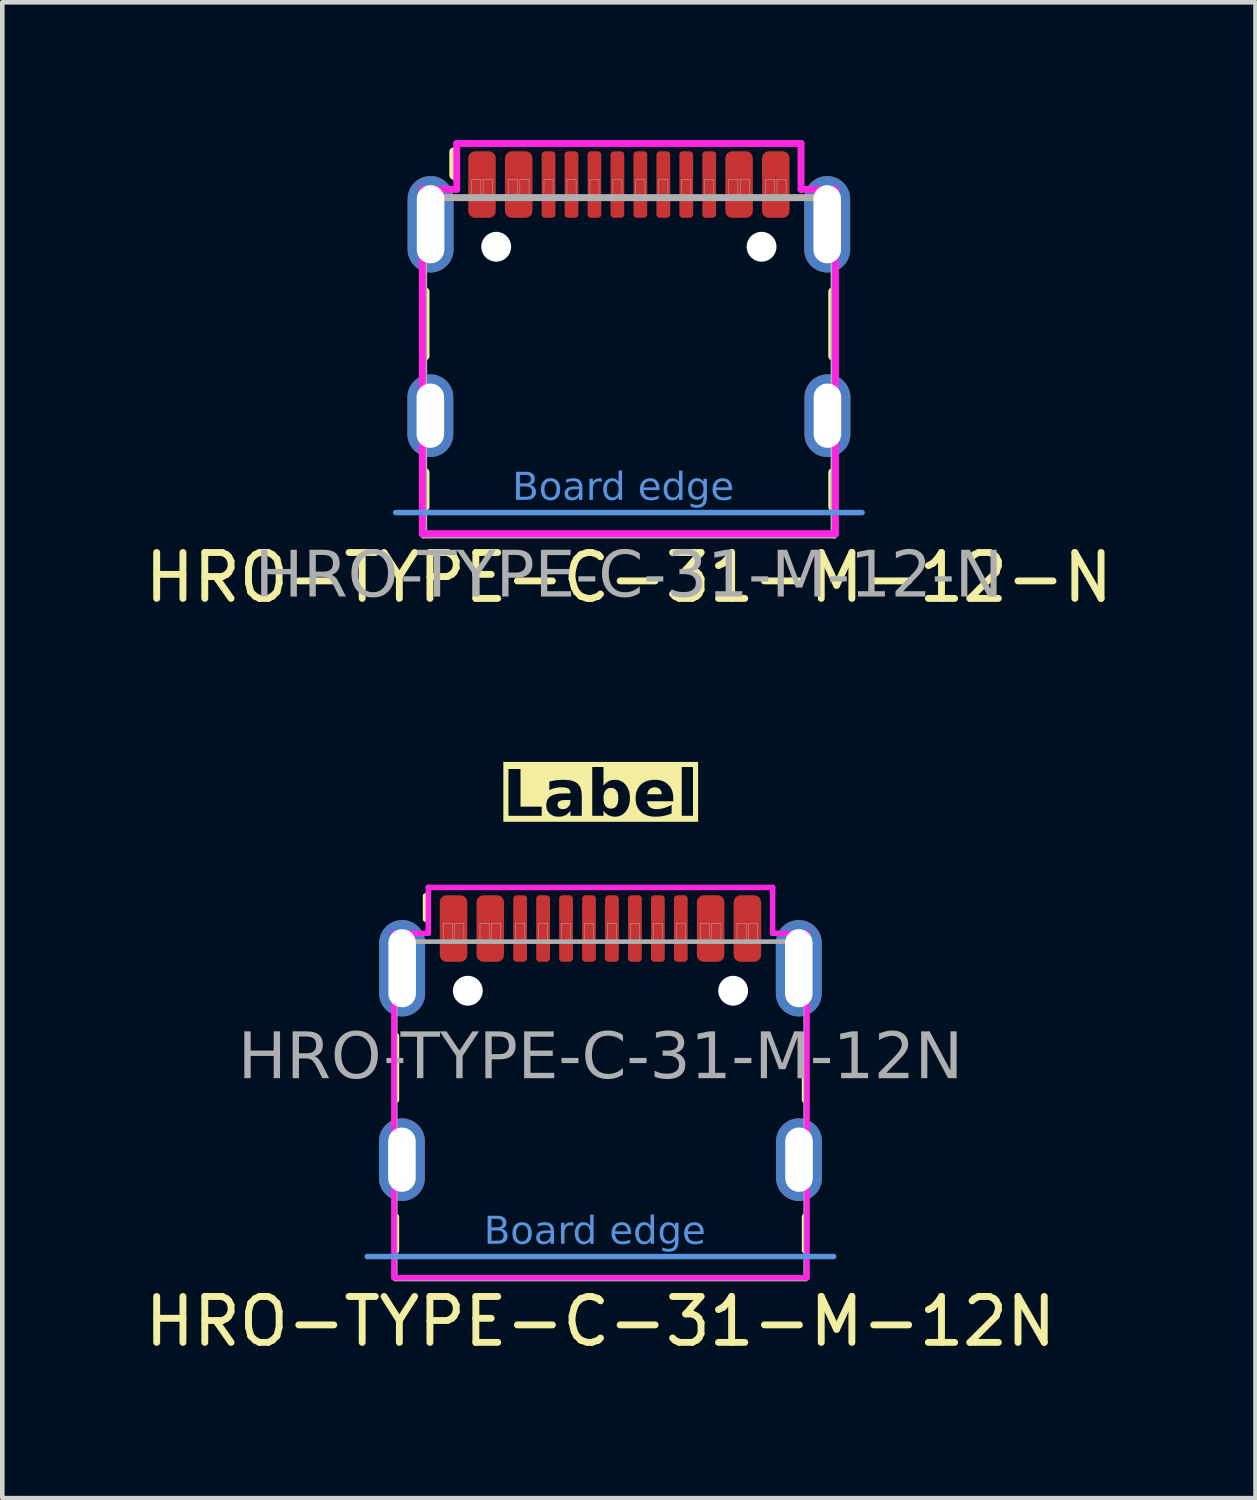
<source format=kicad_pcb>
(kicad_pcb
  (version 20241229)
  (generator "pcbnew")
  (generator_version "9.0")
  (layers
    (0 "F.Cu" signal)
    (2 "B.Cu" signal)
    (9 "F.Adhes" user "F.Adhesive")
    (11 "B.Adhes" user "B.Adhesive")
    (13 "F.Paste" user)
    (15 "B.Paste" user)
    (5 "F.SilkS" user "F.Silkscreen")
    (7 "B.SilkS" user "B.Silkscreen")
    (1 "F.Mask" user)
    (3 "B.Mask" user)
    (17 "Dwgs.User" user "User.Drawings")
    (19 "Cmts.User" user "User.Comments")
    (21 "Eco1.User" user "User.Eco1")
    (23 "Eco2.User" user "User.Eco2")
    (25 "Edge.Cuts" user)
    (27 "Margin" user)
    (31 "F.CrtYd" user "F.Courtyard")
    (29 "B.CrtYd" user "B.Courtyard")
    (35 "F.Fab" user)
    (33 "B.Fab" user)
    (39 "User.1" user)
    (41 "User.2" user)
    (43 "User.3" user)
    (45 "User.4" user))
  (footprint "HRO-TYPE-C-31-M-12N"
    (layer "F.Cu")
    (at 10.03 17.481)
    (property "Reference" "HRO-TYPE-C-31-M-12N" (at 0 8.255 0) (layer "F.SilkS") (effects (font (size 1 1) (thickness 0.15))))
    (property "Label" "Label" (at 0 -3.175 0) (layer "F.SilkS" knockout) (effects (font (face "Tahoma") (size 1 1) (thickness 0.2) (bold yes))))
    (attr smd)
    (fp_line (start -4.445 2.032) (end -4.445 3.429) (stroke (width 0.12) (type default)) (layer "F.SilkS"))
    (fp_line (start -4.445 6.711) (end -4.445 5.969) (stroke (width 0.12) (type default)) (layer "F.SilkS"))
    (fp_line (start -3.81 -0.508) (end -3.81 -1.016) (stroke (width 0.12) (type default)) (layer "F.SilkS"))
    (fp_line (start 4.445 2.032) (end 4.445 3.429) (stroke (width 0.12) (type default)) (layer "F.SilkS"))
    (fp_line (start 4.445 6.711) (end 4.445 5.969) (stroke (width 0.12) (type default)) (layer "F.SilkS"))
    (fp_line (start -5.08 6.84) (end 5.08 6.84) (stroke (width 0.12) (type default)) (layer "Cmts.User"))
    (fp_line (start -4.5 -0.2) (end -3.75 -0.2) (stroke (width 0.12) (type solid)) (layer "F.CrtYd"))
    (fp_line (start -4.5 7.3) (end -4.5 -0.2) (stroke (width 0.12) (type solid)) (layer "F.CrtYd"))
    (fp_line (start -3.75 -1.2) (end 3.75 -1.2) (stroke (width 0.12) (type solid)) (layer "F.CrtYd"))
    (fp_line (start -3.75 -0.2) (end -3.75 -1.2) (stroke (width 0.12) (type solid)) (layer "F.CrtYd"))
    (fp_line (start 3.75 -1.2) (end 3.75 -0.2) (stroke (width 0.12) (type solid)) (layer "F.CrtYd"))
    (fp_line (start 3.75 -0.2) (end 4.5 -0.2) (stroke (width 0.12) (type solid)) (layer "F.CrtYd"))
    (fp_line (start 4.5 -0.2) (end 4.5 7.3) (stroke (width 0.12) (type solid)) (layer "F.CrtYd"))
    (fp_line (start 4.5 7.3) (end -4.5 7.3) (stroke (width 0.12) (type solid)) (layer "F.CrtYd"))
    (fp_line (start -4.47 -0.02) (end 4.47 -0.02) (stroke (width 0.1) (type solid)) (layer "F.Fab"))
    (fp_line (start -4.47 7.33) (end -4.47 -0.02) (stroke (width 0.1) (type solid)) (layer "F.Fab"))
    (fp_line (start -4.47 7.33) (end 4.47 7.33) (stroke (width 0.1) (type solid)) (layer "F.Fab"))
    (fp_line (start 4.47 7.33) (end 4.47 -0.02) (stroke (width 0.1) (type solid)) (layer "F.Fab"))
    (fp_rect (start -3.425 -0.42) (end -3.225 -0.02) (stroke (width 0.01) (type default)) (fill no) (layer "F.Fab"))
    (fp_rect (start -3.175 -0.42) (end -2.975 -0.02) (stroke (width 0.01) (type default)) (fill no) (layer "F.Fab"))
    (fp_rect (start -2.625 -0.42) (end -2.425 -0.02) (stroke (width 0.01) (type default)) (fill no) (layer "F.Fab"))
    (fp_rect (start -2.375 -0.42) (end -2.175 -0.02) (stroke (width 0.01) (type default)) (fill no) (layer "F.Fab"))
    (fp_rect (start -1.85 -0.42) (end -1.65 -0.02) (stroke (width 0.01) (type default)) (fill no) (layer "F.Fab"))
    (fp_rect (start -1.35 -0.42) (end -1.15 -0.02) (stroke (width 0.01) (type default)) (fill no) (layer "F.Fab"))
    (fp_rect (start -0.85 -0.42) (end -0.65 -0.02) (stroke (width 0.01) (type default)) (fill no) (layer "F.Fab"))
    (fp_rect (start -0.35 -0.42) (end -0.15 -0.02) (stroke (width 0.01) (type default)) (fill no) (layer "F.Fab"))
    (fp_rect (start 0.15 -0.42) (end 0.35 -0.02) (stroke (width 0.01) (type default)) (fill no) (layer "F.Fab"))
    (fp_rect (start 0.65 -0.42) (end 0.85 -0.02) (stroke (width 0.01) (type default)) (fill no) (layer "F.Fab"))
    (fp_rect (start 1.15 -0.42) (end 1.35 -0.02) (stroke (width 0.01) (type default)) (fill no) (layer "F.Fab"))
    (fp_rect (start 1.65 -0.42) (end 1.85 -0.02) (stroke (width 0.01) (type default)) (fill no) (layer "F.Fab"))
    (fp_rect (start 2.175 -0.42) (end 2.375 -0.02) (stroke (width 0.01) (type default)) (fill no) (layer "F.Fab"))
    (fp_rect (start 2.425 -0.42) (end 2.625 -0.02) (stroke (width 0.01) (type default)) (fill no) (layer "F.Fab"))
    (fp_rect (start 2.975 -0.42) (end 3.175 -0.02) (stroke (width 0.01) (type default)) (fill no) (layer "F.Fab"))
    (fp_rect (start 3.225 -0.42) (end 3.425 -0.02) (stroke (width 0.01) (type default)) (fill no) (layer "F.Fab"))
    (fp_text user "Board edge" (at -2.54 6.665 0) (unlocked yes) (layer "Cmts.User") (effects (font (face "Tahoma") (size 0.6 0.6) (thickness 0.15)) (justify left bottom)))
    (fp_text user "${REFERENCE}" (at 0 2.54 0) (layer "F.Fab") (effects (font (face "Tahoma") (size 1 1) (thickness 0.15))))
    (pad "" np_thru_hole circle (at -2.89 1.05) (size 0.65 0.65) (drill 0.65) (layers "*.Cu" "*.Mask"))
    (pad "" np_thru_hole circle (at 2.89 1.05) (size 0.65 0.65) (drill 0.65) (layers "*.Cu" "*.Mask"))
    (pad "A1B12" smd roundrect (at -3.2 -0.305) (size 0.6 1.45) (layers "F.Cu" "F.Mask" "F.Paste") (roundrect_rratio 0.25))
    (pad "A4B9" smd roundrect (at -2.4 -0.305) (size 0.6 1.45) (layers "F.Cu" "F.Mask" "F.Paste") (roundrect_rratio 0.25))
    (pad "A5" smd roundrect (at -1.25 -0.305) (size 0.3 1.45) (layers "F.Cu" "F.Mask" "F.Paste") (roundrect_rratio 0.25))
    (pad "A6" smd roundrect (at -0.25 -0.305) (size 0.3 1.45) (layers "F.Cu" "F.Mask" "F.Paste") (roundrect_rratio 0.25))
    (pad "A7" smd roundrect (at 0.25 -0.305) (size 0.3 1.45) (layers "F.Cu" "F.Mask" "F.Paste") (roundrect_rratio 0.25))
    (pad "A8" smd roundrect (at 1.25 -0.305) (size 0.3 1.45) (layers "F.Cu" "F.Mask" "F.Paste") (roundrect_rratio 0.25))
    (pad "B1A12" smd roundrect (at 3.2 -0.305) (size 0.6 1.45) (layers "F.Cu" "F.Mask" "F.Paste") (roundrect_rratio 0.25))
    (pad "B4A9" smd roundrect (at 2.4 -0.305) (size 0.6 1.45) (layers "F.Cu" "F.Mask" "F.Paste") (roundrect_rratio 0.25))
    (pad "B5" smd roundrect (at 1.75 -0.305) (size 0.3 1.45) (layers "F.Cu" "F.Mask" "F.Paste") (roundrect_rratio 0.25))
    (pad "B6" smd roundrect (at 0.75 -0.305) (size 0.3 1.45) (layers "F.Cu" "F.Mask" "F.Paste") (roundrect_rratio 0.25))
    (pad "B7" smd roundrect (at -0.75 -0.305) (size 0.3 1.45) (layers "F.Cu" "F.Mask" "F.Paste") (roundrect_rratio 0.25))
    (pad "B8" smd roundrect (at -1.75 -0.305) (size 0.3 1.45) (layers "F.Cu" "F.Mask" "F.Paste") (roundrect_rratio 0.25))
    (pad "SHLD" thru_hole oval (at -4.325 4.73) (size 1 1.8) (drill oval 0.6 1.4) (layers "*.Cu" "*.Mask"))
    (pad "SHLD" thru_hole oval (at -4.32 0.56) (size 1 2.1) (drill oval 0.6 1.7) (layers "*.Cu" "*.Mask"))
    (pad "SHLD" thru_hole oval (at 4.32 0.56) (size 1 2.1) (drill oval 0.6 1.7) (layers "*.Cu" "*.Mask"))
    (pad "SHLD" thru_hole oval (at 4.325 4.73) (size 1 1.8) (drill oval 0.6 1.4) (layers "*.Cu" "*.Mask")))
  (footprint "HRO-TYPE-C-31-M-12-N"
    (layer "F.Cu")
    (at 10.649 1.275)
    (property "Reference" "HRO-TYPE-C-31-M-12-N" (at 0 8.255 0) (layer "F.SilkS") (effects (font (size 1 1) (thickness 0.15))))
    (attr smd)
    (fp_line (start -4.445 2.032) (end -4.445 3.429) (stroke (width 0.203) (type default)) (layer "F.SilkS"))
    (fp_line (start -4.445 6.711) (end -4.445 5.969) (stroke (width 0.203) (type default)) (layer "F.SilkS"))
    (fp_line (start -3.81 -0.508) (end -3.81 -1.016) (stroke (width 0.203) (type default)) (layer "F.SilkS"))
    (fp_line (start 4.445 2.032) (end 4.445 3.429) (stroke (width 0.203) (type default)) (layer "F.SilkS"))
    (fp_line (start 4.445 6.711) (end 4.445 5.969) (stroke (width 0.203) (type default)) (layer "F.SilkS"))
    (fp_line (start -5.08 6.84) (end 5.08 6.84) (stroke (width 0.12) (type default)) (layer "Cmts.User"))
    (fp_line (start -4.5 -0.2) (end -3.75 -0.2) (stroke (width 0.15) (type solid)) (layer "F.CrtYd"))
    (fp_line (start -4.5 7.3) (end -4.5 -0.2) (stroke (width 0.15) (type solid)) (layer "F.CrtYd"))
    (fp_line (start -3.75 -1.2) (end 3.75 -1.2) (stroke (width 0.15) (type solid)) (layer "F.CrtYd"))
    (fp_line (start -3.75 -0.2) (end -3.75 -1.2) (stroke (width 0.15) (type solid)) (layer "F.CrtYd"))
    (fp_line (start 3.75 -1.2) (end 3.75 -0.2) (stroke (width 0.15) (type solid)) (layer "F.CrtYd"))
    (fp_line (start 3.75 -0.2) (end 4.5 -0.2) (stroke (width 0.15) (type solid)) (layer "F.CrtYd"))
    (fp_line (start 4.5 -0.2) (end 4.5 7.3) (stroke (width 0.15) (type solid)) (layer "F.CrtYd"))
    (fp_line (start 4.5 7.3) (end -4.5 7.3) (stroke (width 0.15) (type solid)) (layer "F.CrtYd"))
    (fp_line (start -4.47 -0.02) (end 4.47 -0.02) (stroke (width 0.152) (type solid)) (layer "F.Fab"))
    (fp_line (start -4.47 7.33) (end -4.47 -0.02) (stroke (width 0.152) (type solid)) (layer "F.Fab"))
    (fp_line (start -4.47 7.33) (end 4.47 7.33) (stroke (width 0.152) (type solid)) (layer "F.Fab"))
    (fp_line (start 4.47 7.33) (end 4.47 -0.02) (stroke (width 0.152) (type solid)) (layer "F.Fab"))
    (fp_rect (start -3.425 -0.42) (end -3.225 -0.02) (stroke (width 0.01) (type default)) (fill no) (layer "F.Fab"))
    (fp_rect (start -3.175 -0.42) (end -2.975 -0.02) (stroke (width 0.01) (type default)) (fill no) (layer "F.Fab"))
    (fp_rect (start -2.625 -0.42) (end -2.425 -0.02) (stroke (width 0.01) (type default)) (fill no) (layer "F.Fab"))
    (fp_rect (start -2.375 -0.42) (end -2.175 -0.02) (stroke (width 0.01) (type default)) (fill no) (layer "F.Fab"))
    (fp_rect (start -1.85 -0.42) (end -1.65 -0.02) (stroke (width 0.01) (type default)) (fill no) (layer "F.Fab"))
    (fp_rect (start -1.35 -0.42) (end -1.15 -0.02) (stroke (width 0.01) (type default)) (fill no) (layer "F.Fab"))
    (fp_rect (start -0.85 -0.42) (end -0.65 -0.02) (stroke (width 0.01) (type default)) (fill no) (layer "F.Fab"))
    (fp_rect (start -0.35 -0.42) (end -0.15 -0.02) (stroke (width 0.01) (type default)) (fill no) (layer "F.Fab"))
    (fp_rect (start 0.15 -0.42) (end 0.35 -0.02) (stroke (width 0.01) (type default)) (fill no) (layer "F.Fab"))
    (fp_rect (start 0.65 -0.42) (end 0.85 -0.02) (stroke (width 0.01) (type default)) (fill no) (layer "F.Fab"))
    (fp_rect (start 1.15 -0.42) (end 1.35 -0.02) (stroke (width 0.01) (type default)) (fill no) (layer "F.Fab"))
    (fp_rect (start 1.65 -0.42) (end 1.85 -0.02) (stroke (width 0.01) (type default)) (fill no) (layer "F.Fab"))
    (fp_rect (start 2.175 -0.42) (end 2.375 -0.02) (stroke (width 0.01) (type default)) (fill no) (layer "F.Fab"))
    (fp_rect (start 2.425 -0.42) (end 2.625 -0.02) (stroke (width 0.01) (type default)) (fill no) (layer "F.Fab"))
    (fp_rect (start 2.975 -0.42) (end 3.175 -0.02) (stroke (width 0.01) (type default)) (fill no) (layer "F.Fab"))
    (fp_rect (start 3.225 -0.42) (end 3.425 -0.02) (stroke (width 0.01) (type default)) (fill no) (layer "F.Fab"))
    (fp_text user "Board edge" (at -2.54 6.665 0) (unlocked yes) (layer "Cmts.User") (effects (font (face "Tahoma") (size 0.6 0.6) (thickness 0.15)) (justify left bottom)))
    (fp_text user "${REFERENCE}" (at 0 8.255 0) (layer "F.Fab") (effects (font (face "Tahoma") (size 1 1) (thickness 0.06))))
    (pad "" np_thru_hole circle (at -2.89 1.05) (size 0.65 0.65) (drill 0.65) (layers "*.Cu" "*.Mask"))
    (pad "" np_thru_hole circle (at 2.89 1.05) (size 0.65 0.65) (drill 0.65) (layers "*.Cu" "*.Mask"))
    (pad "A1B12" smd roundrect (at -3.2 -0.305) (size 0.6 1.45) (layers "F.Cu" "F.Mask" "F.Paste") (roundrect_rratio 0.25))
    (pad "A4B9" smd roundrect (at -2.4 -0.305) (size 0.6 1.45) (layers "F.Cu" "F.Mask" "F.Paste") (roundrect_rratio 0.25))
    (pad "A5" smd roundrect (at -1.25 -0.305) (size 0.3 1.45) (layers "F.Cu" "F.Mask" "F.Paste") (roundrect_rratio 0.25))
    (pad "A6" smd roundrect (at -0.25 -0.305) (size 0.3 1.45) (layers "F.Cu" "F.Mask" "F.Paste") (roundrect_rratio 0.25))
    (pad "A7" smd roundrect (at 0.25 -0.305) (size 0.3 1.45) (layers "F.Cu" "F.Mask" "F.Paste") (roundrect_rratio 0.25))
    (pad "A8" smd roundrect (at 1.25 -0.305) (size 0.3 1.45) (layers "F.Cu" "F.Mask" "F.Paste") (roundrect_rratio 0.25))
    (pad "B1A12" smd roundrect (at 3.2 -0.305) (size 0.6 1.45) (layers "F.Cu" "F.Mask" "F.Paste") (roundrect_rratio 0.25))
    (pad "B4A9" smd roundrect (at 2.4 -0.305) (size 0.6 1.45) (layers "F.Cu" "F.Mask" "F.Paste") (roundrect_rratio 0.25))
    (pad "B5" smd roundrect (at 1.75 -0.305) (size 0.3 1.45) (layers "F.Cu" "F.Mask" "F.Paste") (roundrect_rratio 0.25))
    (pad "B6" smd roundrect (at 0.75 -0.305) (size 0.3 1.45) (layers "F.Cu" "F.Mask" "F.Paste") (roundrect_rratio 0.25))
    (pad "B7" smd roundrect (at -0.75 -0.305) (size 0.3 1.45) (layers "F.Cu" "F.Mask" "F.Paste") (roundrect_rratio 0.25))
    (pad "B8" smd roundrect (at -1.75 -0.305) (size 0.3 1.45) (layers "F.Cu" "F.Mask" "F.Paste") (roundrect_rratio 0.25))
    (pad "SHLD" thru_hole oval (at -4.325 4.73) (size 1 1.8) (drill oval 0.6 1.4) (layers "*.Cu" "*.Mask"))
    (pad "SHLD" thru_hole oval (at -4.32 0.56) (size 1 2.1) (drill oval 0.6 1.7) (layers "*.Cu" "*.Mask"))
    (pad "SHLD" thru_hole oval (at 4.32 0.56) (size 1 2.1) (drill oval 0.6 1.7) (layers "*.Cu" "*.Mask"))
    (pad "SHLD" thru_hole oval (at 4.325 4.73) (size 1 1.8) (drill oval 0.6 1.4) (layers "*.Cu" "*.Mask")))
  (gr_rect
    (start -3 -3)
    (end 24.298 29.584)
    (stroke (width 0.1) (type default))
    (fill no)
    (layer "Edge.Cuts")))
</source>
